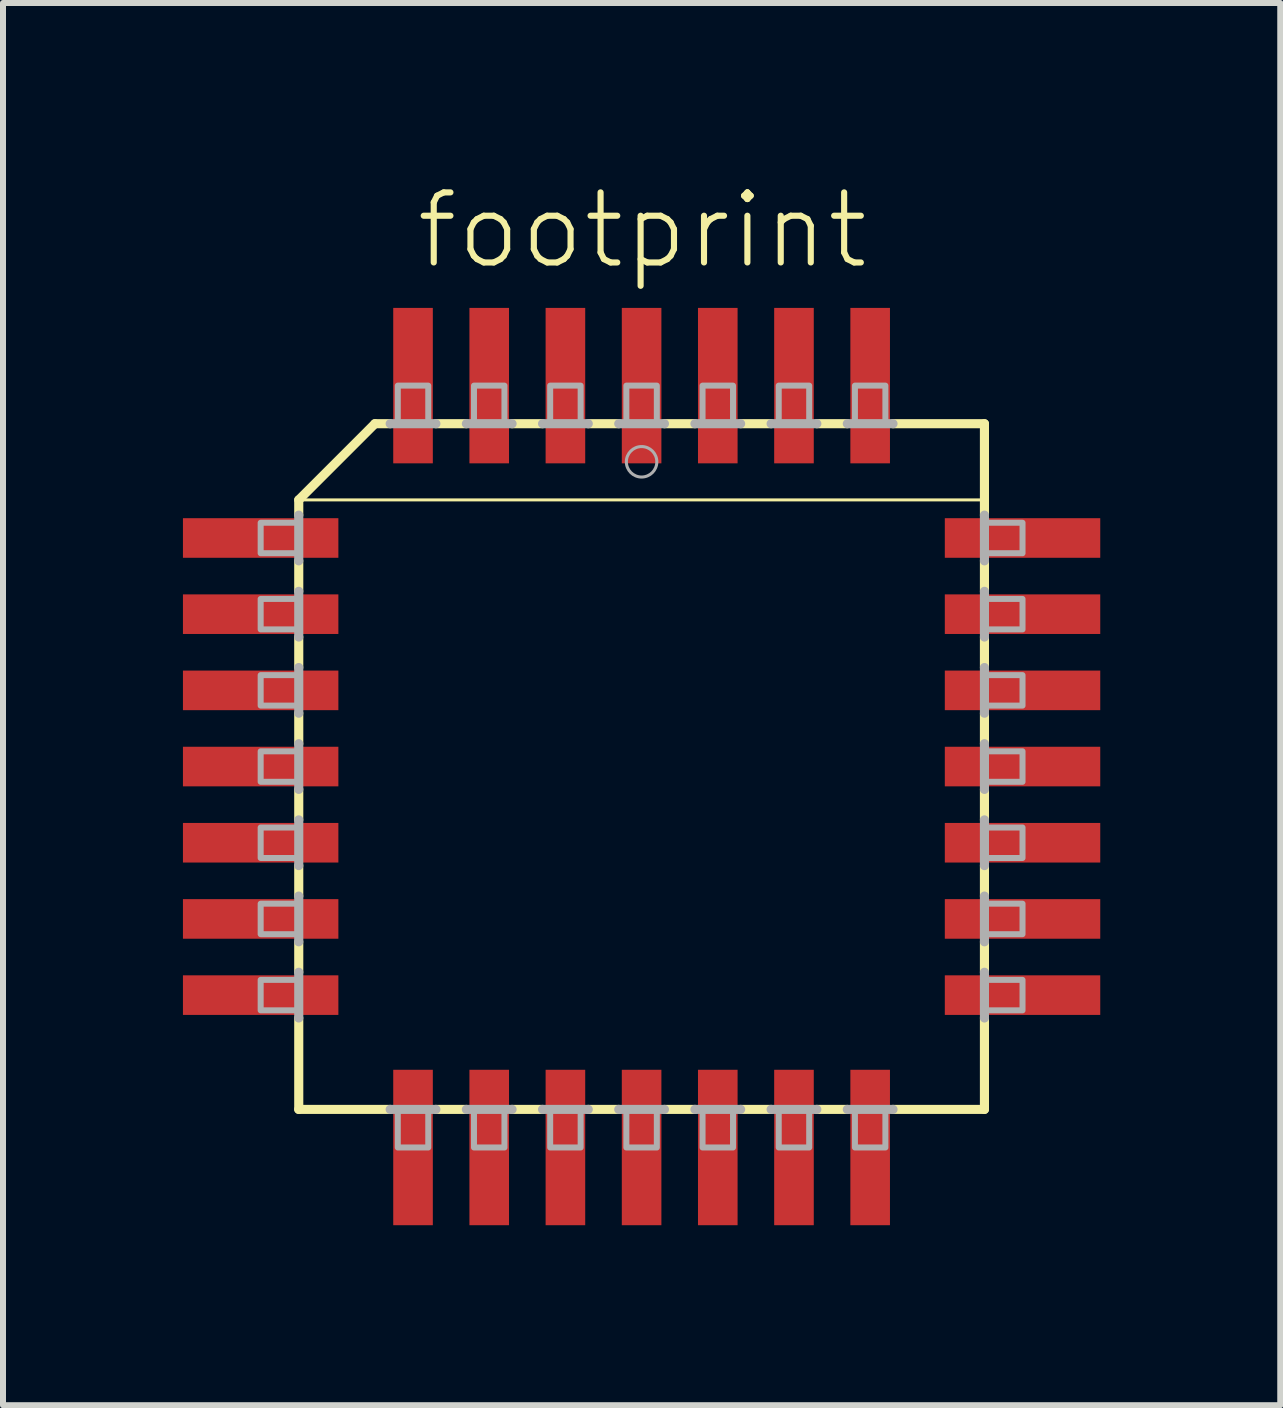
<source format=kicad_pcb>
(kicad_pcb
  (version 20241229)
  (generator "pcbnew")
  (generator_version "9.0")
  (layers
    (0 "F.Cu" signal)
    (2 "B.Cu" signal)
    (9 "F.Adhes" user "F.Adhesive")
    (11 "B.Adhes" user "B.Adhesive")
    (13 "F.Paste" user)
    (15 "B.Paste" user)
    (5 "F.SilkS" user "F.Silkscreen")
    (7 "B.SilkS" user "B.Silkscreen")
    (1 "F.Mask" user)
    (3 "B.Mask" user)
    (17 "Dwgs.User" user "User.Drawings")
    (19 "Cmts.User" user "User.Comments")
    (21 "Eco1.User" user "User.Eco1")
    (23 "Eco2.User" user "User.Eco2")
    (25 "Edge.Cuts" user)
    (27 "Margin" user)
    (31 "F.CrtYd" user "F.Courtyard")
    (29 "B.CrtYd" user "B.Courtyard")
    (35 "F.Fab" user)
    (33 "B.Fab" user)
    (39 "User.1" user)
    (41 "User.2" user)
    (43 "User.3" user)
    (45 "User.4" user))
  (footprint "footprint"
    (layer "F.Cu")
    (at 7.645 9.728)
    (property "Reference" "footprint" (at -3.81 -8.255 0) (layer "F.SilkS") (effects (font (size 1.168 1.168) (thickness 0.102)) (justify left bottom)))
    (fp_line (start -5.715 -4.445) (end -5.715 -4.191) (stroke (width 0.152) (type solid)) (layer "F.SilkS"))
    (fp_line (start -5.715 -4.445) (end -4.445 -5.715) (stroke (width 0.152) (type solid)) (layer "F.SilkS"))
    (fp_line (start -5.715 -4.445) (end 5.715 -4.445) (stroke (width 0.051) (type solid)) (layer "F.SilkS"))
    (fp_line (start -5.715 -3.429) (end -5.715 -2.921) (stroke (width 0.152) (type solid)) (layer "F.SilkS"))
    (fp_line (start -5.715 -2.159) (end -5.715 -1.651) (stroke (width 0.152) (type solid)) (layer "F.SilkS"))
    (fp_line (start -5.715 -0.889) (end -5.715 -0.381) (stroke (width 0.152) (type solid)) (layer "F.SilkS"))
    (fp_line (start -5.715 0.381) (end -5.715 0.889) (stroke (width 0.152) (type solid)) (layer "F.SilkS"))
    (fp_line (start -5.715 2.159) (end -5.715 1.651) (stroke (width 0.152) (type solid)) (layer "F.SilkS"))
    (fp_line (start -5.715 2.921) (end -5.715 3.429) (stroke (width 0.152) (type solid)) (layer "F.SilkS"))
    (fp_line (start -5.715 4.191) (end -5.715 5.715) (stroke (width 0.152) (type solid)) (layer "F.SilkS"))
    (fp_line (start -5.715 5.715) (end -4.191 5.715) (stroke (width 0.152) (type solid)) (layer "F.SilkS"))
    (fp_line (start -4.445 -5.715) (end -4.191 -5.715) (stroke (width 0.152) (type solid)) (layer "F.SilkS"))
    (fp_line (start -3.429 5.715) (end -2.921 5.715) (stroke (width 0.152) (type solid)) (layer "F.SilkS"))
    (fp_line (start -2.921 -5.715) (end -3.429 -5.715) (stroke (width 0.152) (type solid)) (layer "F.SilkS"))
    (fp_line (start -2.159 -5.715) (end -1.651 -5.715) (stroke (width 0.152) (type solid)) (layer "F.SilkS"))
    (fp_line (start -2.159 5.715) (end -1.651 5.715) (stroke (width 0.152) (type solid)) (layer "F.SilkS"))
    (fp_line (start -0.889 5.715) (end -0.381 5.715) (stroke (width 0.152) (type solid)) (layer "F.SilkS"))
    (fp_line (start -0.381 -5.715) (end -0.889 -5.715) (stroke (width 0.152) (type solid)) (layer "F.SilkS"))
    (fp_line (start 0.381 5.715) (end 0.889 5.715) (stroke (width 0.152) (type solid)) (layer "F.SilkS"))
    (fp_line (start 0.889 -5.715) (end 0.381 -5.715) (stroke (width 0.152) (type solid)) (layer "F.SilkS"))
    (fp_line (start 2.159 -5.715) (end 1.651 -5.715) (stroke (width 0.152) (type solid)) (layer "F.SilkS"))
    (fp_line (start 2.159 5.715) (end 1.651 5.715) (stroke (width 0.152) (type solid)) (layer "F.SilkS"))
    (fp_line (start 2.921 5.715) (end 3.429 5.715) (stroke (width 0.152) (type solid)) (layer "F.SilkS"))
    (fp_line (start 3.429 -5.715) (end 2.921 -5.715) (stroke (width 0.152) (type solid)) (layer "F.SilkS"))
    (fp_line (start 5.715 -5.715) (end 4.191 -5.715) (stroke (width 0.152) (type solid)) (layer "F.SilkS"))
    (fp_line (start 5.715 -5.715) (end 5.715 -4.445) (stroke (width 0.152) (type solid)) (layer "F.SilkS"))
    (fp_line (start 5.715 -4.191) (end 5.715 -4.445) (stroke (width 0.152) (type solid)) (layer "F.SilkS"))
    (fp_line (start 5.715 -2.921) (end 5.715 -3.429) (stroke (width 0.152) (type solid)) (layer "F.SilkS"))
    (fp_line (start 5.715 -2.159) (end 5.715 -1.651) (stroke (width 0.152) (type solid)) (layer "F.SilkS"))
    (fp_line (start 5.715 -0.381) (end 5.715 -0.889) (stroke (width 0.152) (type solid)) (layer "F.SilkS"))
    (fp_line (start 5.715 0.889) (end 5.715 0.381) (stroke (width 0.152) (type solid)) (layer "F.SilkS"))
    (fp_line (start 5.715 2.159) (end 5.715 1.651) (stroke (width 0.152) (type solid)) (layer "F.SilkS"))
    (fp_line (start 5.715 3.429) (end 5.715 2.921) (stroke (width 0.152) (type solid)) (layer "F.SilkS"))
    (fp_line (start 5.715 5.715) (end 4.191 5.715) (stroke (width 0.152) (type solid)) (layer "F.SilkS"))
    (fp_line (start 5.715 5.715) (end 5.715 4.191) (stroke (width 0.152) (type solid)) (layer "F.SilkS"))
    (fp_line (start -5.715 -4.191) (end -5.715 -3.429) (stroke (width 0.152) (type solid)) (layer "F.Fab"))
    (fp_line (start -5.715 -2.921) (end -5.715 -2.159) (stroke (width 0.152) (type solid)) (layer "F.Fab"))
    (fp_line (start -5.715 -1.651) (end -5.715 -0.889) (stroke (width 0.152) (type solid)) (layer "F.Fab"))
    (fp_line (start -5.715 -0.381) (end -5.715 0.381) (stroke (width 0.152) (type solid)) (layer "F.Fab"))
    (fp_line (start -5.715 0.889) (end -5.715 1.651) (stroke (width 0.152) (type solid)) (layer "F.Fab"))
    (fp_line (start -5.715 2.159) (end -5.715 2.921) (stroke (width 0.152) (type solid)) (layer "F.Fab"))
    (fp_line (start -5.715 3.429) (end -5.715 4.191) (stroke (width 0.152) (type solid)) (layer "F.Fab"))
    (fp_line (start -4.191 5.715) (end -3.429 5.715) (stroke (width 0.152) (type solid)) (layer "F.Fab"))
    (fp_line (start -3.429 -5.715) (end -4.191 -5.715) (stroke (width 0.152) (type solid)) (layer "F.Fab"))
    (fp_line (start -2.921 5.715) (end -2.159 5.715) (stroke (width 0.152) (type solid)) (layer "F.Fab"))
    (fp_line (start -2.159 -5.715) (end -2.921 -5.715) (stroke (width 0.152) (type solid)) (layer "F.Fab"))
    (fp_line (start -1.651 5.715) (end -0.889 5.715) (stroke (width 0.152) (type solid)) (layer "F.Fab"))
    (fp_line (start -0.889 -5.715) (end -1.651 -5.715) (stroke (width 0.152) (type solid)) (layer "F.Fab"))
    (fp_line (start -0.381 5.715) (end 0.381 5.715) (stroke (width 0.152) (type solid)) (layer "F.Fab"))
    (fp_line (start 0.381 -5.715) (end -0.381 -5.715) (stroke (width 0.152) (type solid)) (layer "F.Fab"))
    (fp_line (start 0.889 5.715) (end 1.651 5.715) (stroke (width 0.152) (type solid)) (layer "F.Fab"))
    (fp_line (start 1.651 -5.715) (end 0.889 -5.715) (stroke (width 0.152) (type solid)) (layer "F.Fab"))
    (fp_line (start 2.159 5.715) (end 2.921 5.715) (stroke (width 0.152) (type solid)) (layer "F.Fab"))
    (fp_line (start 2.921 -5.715) (end 2.159 -5.715) (stroke (width 0.152) (type solid)) (layer "F.Fab"))
    (fp_line (start 3.429 5.715) (end 4.191 5.715) (stroke (width 0.152) (type solid)) (layer "F.Fab"))
    (fp_line (start 4.191 -5.715) (end 3.429 -5.715) (stroke (width 0.152) (type solid)) (layer "F.Fab"))
    (fp_line (start 5.715 -3.429) (end 5.715 -4.191) (stroke (width 0.152) (type solid)) (layer "F.Fab"))
    (fp_line (start 5.715 -2.159) (end 5.715 -2.921) (stroke (width 0.152) (type solid)) (layer "F.Fab"))
    (fp_line (start 5.715 -0.889) (end 5.715 -1.651) (stroke (width 0.152) (type solid)) (layer "F.Fab"))
    (fp_line (start 5.715 0.381) (end 5.715 -0.381) (stroke (width 0.152) (type solid)) (layer "F.Fab"))
    (fp_line (start 5.715 1.651) (end 5.715 0.889) (stroke (width 0.152) (type solid)) (layer "F.Fab"))
    (fp_line (start 5.715 2.921) (end 5.715 2.159) (stroke (width 0.152) (type solid)) (layer "F.Fab"))
    (fp_line (start 5.715 4.191) (end 5.715 3.429) (stroke (width 0.152) (type solid)) (layer "F.Fab"))
    (fp_circle (center 0 -5.08) (end 0.254 -5.08) (stroke (width 0.051) (type solid)) (fill no) (layer "F.Fab"))
    (fp_poly (pts (xy -6.35 -3.556) (xy -5.715 -3.556) (xy -5.715 -4.064) (xy -6.35 -4.064)) (stroke (width 0.1) (type solid)) (fill no) (layer "F.Fab"))
    (fp_poly (pts (xy -6.35 -2.286) (xy -5.715 -2.286) (xy -5.715 -2.794) (xy -6.35 -2.794)) (stroke (width 0.1) (type solid)) (fill no) (layer "F.Fab"))
    (fp_poly (pts (xy -6.35 -1.016) (xy -5.715 -1.016) (xy -5.715 -1.524) (xy -6.35 -1.524)) (stroke (width 0.1) (type solid)) (fill no) (layer "F.Fab"))
    (fp_poly (pts (xy -6.35 0.254) (xy -5.715 0.254) (xy -5.715 -0.254) (xy -6.35 -0.254)) (stroke (width 0.1) (type solid)) (fill no) (layer "F.Fab"))
    (fp_poly (pts (xy -6.35 1.524) (xy -5.715 1.524) (xy -5.715 1.016) (xy -6.35 1.016)) (stroke (width 0.1) (type solid)) (fill no) (layer "F.Fab"))
    (fp_poly (pts (xy -6.35 2.794) (xy -5.715 2.794) (xy -5.715 2.286) (xy -6.35 2.286)) (stroke (width 0.1) (type solid)) (fill no) (layer "F.Fab"))
    (fp_poly (pts (xy -6.35 4.064) (xy -5.715 4.064) (xy -5.715 3.556) (xy -6.35 3.556)) (stroke (width 0.1) (type solid)) (fill no) (layer "F.Fab"))
    (fp_poly (pts (xy -4.064 -5.715) (xy -3.556 -5.715) (xy -3.556 -6.35) (xy -4.064 -6.35)) (stroke (width 0.1) (type solid)) (fill no) (layer "F.Fab"))
    (fp_poly (pts (xy -4.064 6.35) (xy -3.556 6.35) (xy -3.556 5.715) (xy -4.064 5.715)) (stroke (width 0.1) (type solid)) (fill no) (layer "F.Fab"))
    (fp_poly (pts (xy -2.794 -5.715) (xy -2.286 -5.715) (xy -2.286 -6.35) (xy -2.794 -6.35)) (stroke (width 0.1) (type solid)) (fill no) (layer "F.Fab"))
    (fp_poly (pts (xy -2.794 6.35) (xy -2.286 6.35) (xy -2.286 5.715) (xy -2.794 5.715)) (stroke (width 0.1) (type solid)) (fill no) (layer "F.Fab"))
    (fp_poly (pts (xy -1.524 -5.715) (xy -1.016 -5.715) (xy -1.016 -6.35) (xy -1.524 -6.35)) (stroke (width 0.1) (type solid)) (fill no) (layer "F.Fab"))
    (fp_poly (pts (xy -1.524 6.35) (xy -1.016 6.35) (xy -1.016 5.715) (xy -1.524 5.715)) (stroke (width 0.1) (type solid)) (fill no) (layer "F.Fab"))
    (fp_poly (pts (xy -0.254 -5.715) (xy 0.254 -5.715) (xy 0.254 -6.35) (xy -0.254 -6.35)) (stroke (width 0.1) (type solid)) (fill no) (layer "F.Fab"))
    (fp_poly (pts (xy -0.254 6.35) (xy 0.254 6.35) (xy 0.254 5.715) (xy -0.254 5.715)) (stroke (width 0.1) (type solid)) (fill no) (layer "F.Fab"))
    (fp_poly (pts (xy 1.016 -5.715) (xy 1.524 -5.715) (xy 1.524 -6.35) (xy 1.016 -6.35)) (stroke (width 0.1) (type solid)) (fill no) (layer "F.Fab"))
    (fp_poly (pts (xy 1.016 6.35) (xy 1.524 6.35) (xy 1.524 5.715) (xy 1.016 5.715)) (stroke (width 0.1) (type solid)) (fill no) (layer "F.Fab"))
    (fp_poly (pts (xy 2.286 -5.715) (xy 2.794 -5.715) (xy 2.794 -6.35) (xy 2.286 -6.35)) (stroke (width 0.1) (type solid)) (fill no) (layer "F.Fab"))
    (fp_poly (pts (xy 2.286 6.35) (xy 2.794 6.35) (xy 2.794 5.715) (xy 2.286 5.715)) (stroke (width 0.1) (type solid)) (fill no) (layer "F.Fab"))
    (fp_poly (pts (xy 3.556 -5.715) (xy 4.064 -5.715) (xy 4.064 -6.35) (xy 3.556 -6.35)) (stroke (width 0.1) (type solid)) (fill no) (layer "F.Fab"))
    (fp_poly (pts (xy 3.556 6.35) (xy 4.064 6.35) (xy 4.064 5.715) (xy 3.556 5.715)) (stroke (width 0.1) (type solid)) (fill no) (layer "F.Fab"))
    (fp_poly (pts (xy 5.715 -3.556) (xy 6.35 -3.556) (xy 6.35 -4.064) (xy 5.715 -4.064)) (stroke (width 0.1) (type solid)) (fill no) (layer "F.Fab"))
    (fp_poly (pts (xy 5.715 -2.286) (xy 6.35 -2.286) (xy 6.35 -2.794) (xy 5.715 -2.794)) (stroke (width 0.1) (type solid)) (fill no) (layer "F.Fab"))
    (fp_poly (pts (xy 5.715 -1.016) (xy 6.35 -1.016) (xy 6.35 -1.524) (xy 5.715 -1.524)) (stroke (width 0.1) (type solid)) (fill no) (layer "F.Fab"))
    (fp_poly (pts (xy 5.715 0.254) (xy 6.35 0.254) (xy 6.35 -0.254) (xy 5.715 -0.254)) (stroke (width 0.1) (type solid)) (fill no) (layer "F.Fab"))
    (fp_poly (pts (xy 5.715 1.524) (xy 6.35 1.524) (xy 6.35 1.016) (xy 5.715 1.016)) (stroke (width 0.1) (type solid)) (fill no) (layer "F.Fab"))
    (fp_poly (pts (xy 5.715 2.794) (xy 6.35 2.794) (xy 6.35 2.286) (xy 5.715 2.286)) (stroke (width 0.1) (type solid)) (fill no) (layer "F.Fab"))
    (fp_poly (pts (xy 5.715 4.064) (xy 6.35 4.064) (xy 6.35 3.556) (xy 5.715 3.556)) (stroke (width 0.1) (type solid)) (fill no) (layer "F.Fab"))
    (pad "1" smd rect (at 0 -6.35) (size 0.66 2.591) (layers "F.Cu" "F.Mask" "F.Paste"))
    (pad "2" smd rect (at -1.27 -6.35) (size 0.66 2.591) (layers "F.Cu" "F.Mask" "F.Paste"))
    (pad "3" smd rect (at -2.54 -6.35) (size 0.66 2.591) (layers "F.Cu" "F.Mask" "F.Paste"))
    (pad "4" smd rect (at -3.81 -6.35) (size 0.66 2.591) (layers "F.Cu" "F.Mask" "F.Paste"))
    (pad "5" smd rect (at -6.35 -3.81) (size 2.591 0.66) (layers "F.Cu" "F.Mask" "F.Paste"))
    (pad "6" smd rect (at -6.35 -2.54) (size 2.591 0.66) (layers "F.Cu" "F.Mask" "F.Paste"))
    (pad "7" smd rect (at -6.35 -1.27) (size 2.591 0.66) (layers "F.Cu" "F.Mask" "F.Paste"))
    (pad "8" smd rect (at -6.35 0) (size 2.591 0.66) (layers "F.Cu" "F.Mask" "F.Paste"))
    (pad "9" smd rect (at -6.35 1.27) (size 2.591 0.66) (layers "F.Cu" "F.Mask" "F.Paste"))
    (pad "10" smd rect (at -6.35 2.54) (size 2.591 0.66) (layers "F.Cu" "F.Mask" "F.Paste"))
    (pad "11" smd rect (at -6.35 3.81) (size 2.591 0.66) (layers "F.Cu" "F.Mask" "F.Paste"))
    (pad "12" smd rect (at -3.81 6.35) (size 0.66 2.591) (layers "F.Cu" "F.Mask" "F.Paste"))
    (pad "13" smd rect (at -2.54 6.35) (size 0.66 2.591) (layers "F.Cu" "F.Mask" "F.Paste"))
    (pad "14" smd rect (at -1.27 6.35) (size 0.66 2.591) (layers "F.Cu" "F.Mask" "F.Paste"))
    (pad "15" smd rect (at 0 6.35) (size 0.66 2.591) (layers "F.Cu" "F.Mask" "F.Paste"))
    (pad "16" smd rect (at 1.27 6.35) (size 0.66 2.591) (layers "F.Cu" "F.Mask" "F.Paste"))
    (pad "17" smd rect (at 2.54 6.35) (size 0.66 2.591) (layers "F.Cu" "F.Mask" "F.Paste"))
    (pad "18" smd rect (at 3.81 6.35) (size 0.66 2.591) (layers "F.Cu" "F.Mask" "F.Paste"))
    (pad "19" smd rect (at 6.35 3.81) (size 2.591 0.66) (layers "F.Cu" "F.Mask" "F.Paste"))
    (pad "20" smd rect (at 6.35 2.54) (size 2.591 0.66) (layers "F.Cu" "F.Mask" "F.Paste"))
    (pad "21" smd rect (at 6.35 1.27) (size 2.591 0.66) (layers "F.Cu" "F.Mask" "F.Paste"))
    (pad "22" smd rect (at 6.35 0) (size 2.591 0.66) (layers "F.Cu" "F.Mask" "F.Paste"))
    (pad "23" smd rect (at 6.35 -1.27) (size 2.591 0.66) (layers "F.Cu" "F.Mask" "F.Paste"))
    (pad "24" smd rect (at 6.35 -2.54) (size 2.591 0.66) (layers "F.Cu" "F.Mask" "F.Paste"))
    (pad "25" smd rect (at 6.35 -3.81) (size 2.591 0.66) (layers "F.Cu" "F.Mask" "F.Paste"))
    (pad "26" smd rect (at 3.81 -6.35) (size 0.66 2.591) (layers "F.Cu" "F.Mask" "F.Paste"))
    (pad "27" smd rect (at 2.54 -6.35) (size 0.66 2.591) (layers "F.Cu" "F.Mask" "F.Paste"))
    (pad "28" smd rect (at 1.27 -6.35) (size 0.66 2.591) (layers "F.Cu" "F.Mask" "F.Paste")))
  (gr_rect
    (start -3 -3)
    (end 18.291 20.374)
    (stroke (width 0.1) (type default))
    (fill no)
    (layer "Edge.Cuts")))
</source>
